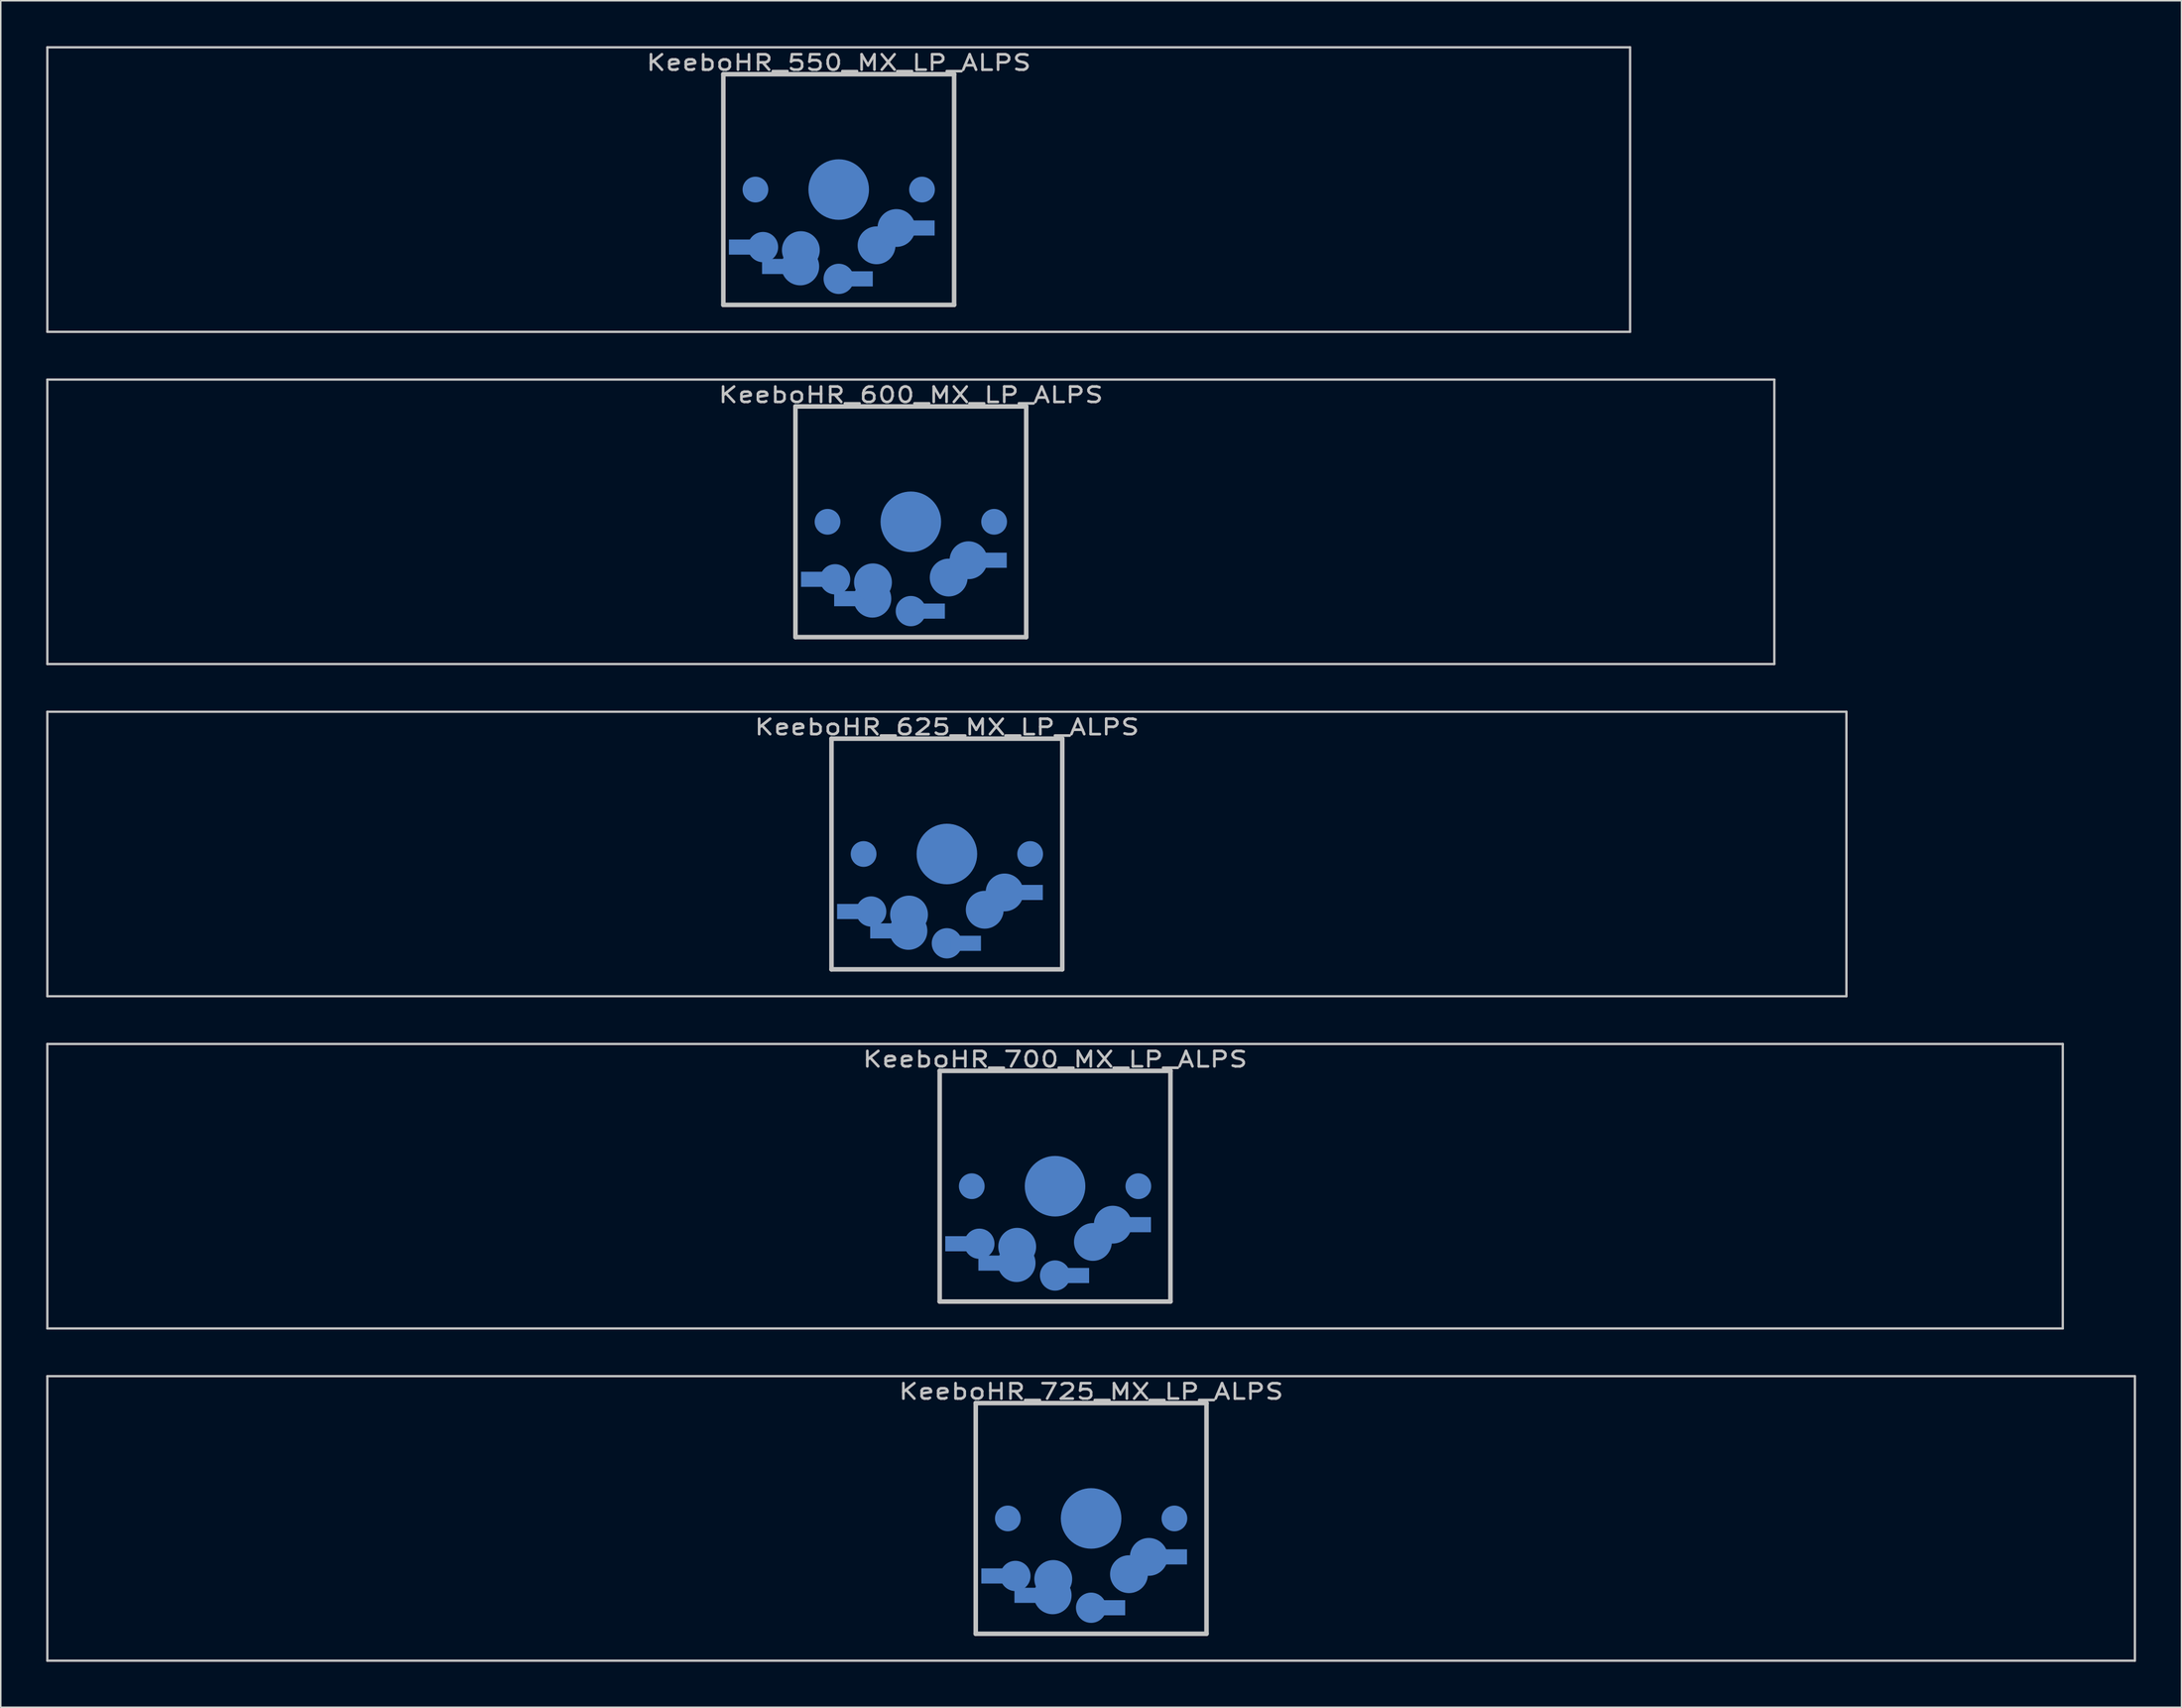
<source format=kicad_pcb>
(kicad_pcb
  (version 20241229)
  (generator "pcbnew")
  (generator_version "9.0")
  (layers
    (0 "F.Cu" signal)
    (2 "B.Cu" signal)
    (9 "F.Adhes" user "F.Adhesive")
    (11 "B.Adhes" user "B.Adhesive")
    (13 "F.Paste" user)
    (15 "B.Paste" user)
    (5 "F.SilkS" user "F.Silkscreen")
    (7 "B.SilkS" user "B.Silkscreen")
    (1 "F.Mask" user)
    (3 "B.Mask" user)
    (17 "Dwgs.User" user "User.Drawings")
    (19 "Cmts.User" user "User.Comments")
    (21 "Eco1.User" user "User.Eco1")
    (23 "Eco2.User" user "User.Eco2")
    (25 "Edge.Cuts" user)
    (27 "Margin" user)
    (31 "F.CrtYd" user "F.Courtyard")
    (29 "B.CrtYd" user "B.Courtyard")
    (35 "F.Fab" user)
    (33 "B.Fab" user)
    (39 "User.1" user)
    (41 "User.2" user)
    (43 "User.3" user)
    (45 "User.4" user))
  (footprint "KeeboHR_725_MX_LP_ALPS"
    (layer "B.Cu")
    (at 69.005 97.268)
    (property "Reference" "KeeboHR_725_MX_LP_ALPS" (at 0 -8.382 0) (layer "Dwgs.User") (effects (font (size 1.016 1.27) (thickness 0.178))))
    (attr through_hole)
    (fp_line (start -68.929 -9.398) (end 68.929 -9.398) (stroke (width 0.152) (type solid)) (layer "Dwgs.User"))
    (fp_line (start -68.929 9.398) (end -68.929 -9.398) (stroke (width 0.152) (type solid)) (layer "Dwgs.User"))
    (fp_line (start -7.62 -7.62) (end 7.62 -7.62) (stroke (width 0.3) (type solid)) (layer "Dwgs.User"))
    (fp_line (start -7.62 7.62) (end -7.62 -7.62) (stroke (width 0.3) (type solid)) (layer "Dwgs.User"))
    (fp_line (start 7.62 -7.62) (end 7.62 7.62) (stroke (width 0.3) (type solid)) (layer "Dwgs.User"))
    (fp_line (start 7.62 7.62) (end -7.62 7.62) (stroke (width 0.3) (type solid)) (layer "Dwgs.User"))
    (fp_line (start 68.929 -9.398) (end 68.929 9.398) (stroke (width 0.152) (type solid)) (layer "Dwgs.User"))
    (fp_line (start 68.929 9.398) (end -68.929 9.398) (stroke (width 0.152) (type solid)) (layer "Dwgs.User"))
    (pad "" smd circle (at -5.5 0) (size 1.7 1.7) (layers "B.Cu" "B.Mask"))
    (pad "" smd circle (at 0 0) (size 4 4) (layers "B.Cu" "B.Mask"))
    (pad "" smd circle (at 5.5 0) (size 1.7 1.7) (layers "B.Cu" "B.Mask"))
    (pad "1" smd circle (at 0 5.9) (size 2 2) (layers "B.Cu" "B.Mask"))
    (pad "1" smd rect (at 1.25 5.9) (size 2 1) (layers "B.Cu" "B.Mask"))
    (pad "1" smd circle (at 2.5 3.683) (size 2.5 2.5) (layers "B.Cu" "B.Mask"))
    (pad "1" smd circle (at 3.81 2.54) (size 2.5 2.5) (layers "B.Cu" "B.Mask"))
    (pad "1" smd rect (at 5.334 2.54) (size 2 1) (layers "B.Cu" "B.Mask"))
    (pad "2" smd rect (at -6.25 3.8) (size 2 1) (layers "B.Cu" "B.Mask"))
    (pad "2" smd circle (at -5 3.8) (size 2 2) (layers "B.Cu" "B.Mask"))
    (pad "2" smd rect (at -4.064 5.08) (size 2 1) (layers "B.Cu" "B.Mask"))
    (pad "2" smd circle (at -2.54 5.08) (size 2.5 2.5) (layers "B.Cu" "B.Mask"))
    (pad "2" smd circle (at -2.5 4) (size 2.5 2.5) (layers "B.Cu" "B.Mask")))
  (footprint "KeeboHR_600_MX_LP_ALPS"
    (layer "B.Cu")
    (at 57.099 31.423)
    (property "Reference" "KeeboHR_600_MX_LP_ALPS" (at 0 -8.382 0) (layer "Dwgs.User") (effects (font (size 1.016 1.27) (thickness 0.178))))
    (attr through_hole)
    (fp_line (start -57.023 -9.398) (end 57.023 -9.398) (stroke (width 0.152) (type solid)) (layer "Dwgs.User"))
    (fp_line (start -57.023 9.398) (end -57.023 -9.398) (stroke (width 0.152) (type solid)) (layer "Dwgs.User"))
    (fp_line (start -7.62 -7.62) (end 7.62 -7.62) (stroke (width 0.3) (type solid)) (layer "Dwgs.User"))
    (fp_line (start -7.62 7.62) (end -7.62 -7.62) (stroke (width 0.3) (type solid)) (layer "Dwgs.User"))
    (fp_line (start 7.62 -7.62) (end 7.62 7.62) (stroke (width 0.3) (type solid)) (layer "Dwgs.User"))
    (fp_line (start 7.62 7.62) (end -7.62 7.62) (stroke (width 0.3) (type solid)) (layer "Dwgs.User"))
    (fp_line (start 57.023 -9.398) (end 57.023 9.398) (stroke (width 0.152) (type solid)) (layer "Dwgs.User"))
    (fp_line (start 57.023 9.398) (end -57.023 9.398) (stroke (width 0.152) (type solid)) (layer "Dwgs.User"))
    (pad "" smd circle (at -5.5 0) (size 1.7 1.7) (layers "B.Cu" "B.Mask"))
    (pad "" smd circle (at 0 0) (size 4 4) (layers "B.Cu" "B.Mask"))
    (pad "" smd circle (at 5.5 0) (size 1.7 1.7) (layers "B.Cu" "B.Mask"))
    (pad "1" smd circle (at 0 5.9) (size 2 2) (layers "B.Cu" "B.Mask"))
    (pad "1" smd rect (at 1.25 5.9) (size 2 1) (layers "B.Cu" "B.Mask"))
    (pad "1" smd circle (at 2.5 3.683) (size 2.5 2.5) (layers "B.Cu" "B.Mask"))
    (pad "1" smd circle (at 3.81 2.54) (size 2.5 2.5) (layers "B.Cu" "B.Mask"))
    (pad "1" smd rect (at 5.334 2.54) (size 2 1) (layers "B.Cu" "B.Mask"))
    (pad "2" smd rect (at -6.25 3.8) (size 2 1) (layers "B.Cu" "B.Mask"))
    (pad "2" smd circle (at -5 3.8) (size 2 2) (layers "B.Cu" "B.Mask"))
    (pad "2" smd rect (at -4.064 5.08) (size 2 1) (layers "B.Cu" "B.Mask"))
    (pad "2" smd circle (at -2.54 5.08) (size 2.5 2.5) (layers "B.Cu" "B.Mask"))
    (pad "2" smd circle (at -2.5 4) (size 2.5 2.5) (layers "B.Cu" "B.Mask")))
  (footprint "KeeboHR_700_MX_LP_ALPS"
    (layer "B.Cu")
    (at 66.624 75.319)
    (property "Reference" "KeeboHR_700_MX_LP_ALPS" (at 0 -8.382 0) (layer "Dwgs.User") (effects (font (size 1.016 1.27) (thickness 0.178))))
    (attr through_hole)
    (fp_line (start -66.548 -9.398) (end 66.548 -9.398) (stroke (width 0.152) (type solid)) (layer "Dwgs.User"))
    (fp_line (start -66.548 9.398) (end -66.548 -9.398) (stroke (width 0.152) (type solid)) (layer "Dwgs.User"))
    (fp_line (start -7.62 -7.62) (end 7.62 -7.62) (stroke (width 0.3) (type solid)) (layer "Dwgs.User"))
    (fp_line (start -7.62 7.62) (end -7.62 -7.62) (stroke (width 0.3) (type solid)) (layer "Dwgs.User"))
    (fp_line (start 7.62 -7.62) (end 7.62 7.62) (stroke (width 0.3) (type solid)) (layer "Dwgs.User"))
    (fp_line (start 7.62 7.62) (end -7.62 7.62) (stroke (width 0.3) (type solid)) (layer "Dwgs.User"))
    (fp_line (start 66.548 -9.398) (end 66.548 9.398) (stroke (width 0.152) (type solid)) (layer "Dwgs.User"))
    (fp_line (start 66.548 9.398) (end -66.548 9.398) (stroke (width 0.152) (type solid)) (layer "Dwgs.User"))
    (pad "" smd circle (at -5.5 0) (size 1.7 1.7) (layers "B.Cu" "B.Mask"))
    (pad "" smd circle (at 0 0) (size 4 4) (layers "B.Cu" "B.Mask"))
    (pad "" smd circle (at 5.5 0) (size 1.7 1.7) (layers "B.Cu" "B.Mask"))
    (pad "1" smd circle (at 0 5.9) (size 2 2) (layers "B.Cu" "B.Mask"))
    (pad "1" smd rect (at 1.25 5.9) (size 2 1) (layers "B.Cu" "B.Mask"))
    (pad "1" smd circle (at 2.5 3.683) (size 2.5 2.5) (layers "B.Cu" "B.Mask"))
    (pad "1" smd circle (at 3.81 2.54) (size 2.5 2.5) (layers "B.Cu" "B.Mask"))
    (pad "1" smd rect (at 5.334 2.54) (size 2 1) (layers "B.Cu" "B.Mask"))
    (pad "2" smd rect (at -6.25 3.8) (size 2 1) (layers "B.Cu" "B.Mask"))
    (pad "2" smd circle (at -5 3.8) (size 2 2) (layers "B.Cu" "B.Mask"))
    (pad "2" smd rect (at -4.064 5.08) (size 2 1) (layers "B.Cu" "B.Mask"))
    (pad "2" smd circle (at -2.54 5.08) (size 2.5 2.5) (layers "B.Cu" "B.Mask"))
    (pad "2" smd circle (at -2.5 4) (size 2.5 2.5) (layers "B.Cu" "B.Mask")))
  (footprint "KeeboHR_625_MX_LP_ALPS"
    (layer "B.Cu")
    (at 59.48 53.371)
    (property "Reference" "KeeboHR_625_MX_LP_ALPS" (at 0 -8.382 0) (layer "Dwgs.User") (effects (font (size 1.016 1.27) (thickness 0.178))))
    (attr through_hole)
    (fp_line (start -59.404 -9.398) (end 59.404 -9.398) (stroke (width 0.152) (type solid)) (layer "Dwgs.User"))
    (fp_line (start -59.404 9.398) (end -59.404 -9.398) (stroke (width 0.152) (type solid)) (layer "Dwgs.User"))
    (fp_line (start -7.62 -7.62) (end 7.62 -7.62) (stroke (width 0.3) (type solid)) (layer "Dwgs.User"))
    (fp_line (start -7.62 7.62) (end -7.62 -7.62) (stroke (width 0.3) (type solid)) (layer "Dwgs.User"))
    (fp_line (start 7.62 -7.62) (end 7.62 7.62) (stroke (width 0.3) (type solid)) (layer "Dwgs.User"))
    (fp_line (start 7.62 7.62) (end -7.62 7.62) (stroke (width 0.3) (type solid)) (layer "Dwgs.User"))
    (fp_line (start 59.404 -9.398) (end 59.404 9.398) (stroke (width 0.152) (type solid)) (layer "Dwgs.User"))
    (fp_line (start 59.404 9.398) (end -59.404 9.398) (stroke (width 0.152) (type solid)) (layer "Dwgs.User"))
    (pad "" smd circle (at -5.5 0) (size 1.7 1.7) (layers "B.Cu" "B.Mask"))
    (pad "" smd circle (at 0 0) (size 4 4) (layers "B.Cu" "B.Mask"))
    (pad "" smd circle (at 5.5 0) (size 1.7 1.7) (layers "B.Cu" "B.Mask"))
    (pad "1" smd circle (at 0 5.9) (size 2 2) (layers "B.Cu" "B.Mask"))
    (pad "1" smd rect (at 1.25 5.9) (size 2 1) (layers "B.Cu" "B.Mask"))
    (pad "1" smd circle (at 2.5 3.683) (size 2.5 2.5) (layers "B.Cu" "B.Mask"))
    (pad "1" smd circle (at 3.81 2.54) (size 2.5 2.5) (layers "B.Cu" "B.Mask"))
    (pad "1" smd rect (at 5.334 2.54) (size 2 1) (layers "B.Cu" "B.Mask"))
    (pad "2" smd rect (at -6.25 3.8) (size 2 1) (layers "B.Cu" "B.Mask"))
    (pad "2" smd circle (at -5 3.8) (size 2 2) (layers "B.Cu" "B.Mask"))
    (pad "2" smd rect (at -4.064 5.08) (size 2 1) (layers "B.Cu" "B.Mask"))
    (pad "2" smd circle (at -2.54 5.08) (size 2.5 2.5) (layers "B.Cu" "B.Mask"))
    (pad "2" smd circle (at -2.5 4) (size 2.5 2.5) (layers "B.Cu" "B.Mask")))
  (footprint "KeeboHR_550_MX_LP_ALPS"
    (layer "B.Cu")
    (at 52.337 9.474)
    (property "Reference" "KeeboHR_550_MX_LP_ALPS" (at 0 -8.382 0) (layer "Dwgs.User") (effects (font (size 1.016 1.27) (thickness 0.178))))
    (attr through_hole)
    (fp_line (start -52.261 -9.398) (end 52.261 -9.398) (stroke (width 0.152) (type solid)) (layer "Dwgs.User"))
    (fp_line (start -52.261 9.398) (end -52.261 -9.398) (stroke (width 0.152) (type solid)) (layer "Dwgs.User"))
    (fp_line (start -7.62 -7.62) (end 7.62 -7.62) (stroke (width 0.3) (type solid)) (layer "Dwgs.User"))
    (fp_line (start -7.62 7.62) (end -7.62 -7.62) (stroke (width 0.3) (type solid)) (layer "Dwgs.User"))
    (fp_line (start 7.62 -7.62) (end 7.62 7.62) (stroke (width 0.3) (type solid)) (layer "Dwgs.User"))
    (fp_line (start 7.62 7.62) (end -7.62 7.62) (stroke (width 0.3) (type solid)) (layer "Dwgs.User"))
    (fp_line (start 52.261 -9.398) (end 52.261 9.398) (stroke (width 0.152) (type solid)) (layer "Dwgs.User"))
    (fp_line (start 52.261 9.398) (end -52.261 9.398) (stroke (width 0.152) (type solid)) (layer "Dwgs.User"))
    (pad "" smd circle (at -5.5 0) (size 1.7 1.7) (layers "B.Cu" "B.Mask"))
    (pad "" smd circle (at 0 0) (size 4 4) (layers "B.Cu" "B.Mask"))
    (pad "" smd circle (at 5.5 0) (size 1.7 1.7) (layers "B.Cu" "B.Mask"))
    (pad "1" smd circle (at 0 5.9) (size 2 2) (layers "B.Cu" "B.Mask"))
    (pad "1" smd rect (at 1.25 5.9) (size 2 1) (layers "B.Cu" "B.Mask"))
    (pad "1" smd circle (at 2.5 3.683) (size 2.5 2.5) (layers "B.Cu" "B.Mask"))
    (pad "1" smd circle (at 3.81 2.54) (size 2.5 2.5) (layers "B.Cu" "B.Mask"))
    (pad "1" smd rect (at 5.334 2.54) (size 2 1) (layers "B.Cu" "B.Mask"))
    (pad "2" smd rect (at -6.25 3.8) (size 2 1) (layers "B.Cu" "B.Mask"))
    (pad "2" smd circle (at -5 3.8) (size 2 2) (layers "B.Cu" "B.Mask"))
    (pad "2" smd rect (at -4.064 5.08) (size 2 1) (layers "B.Cu" "B.Mask"))
    (pad "2" smd circle (at -2.54 5.08) (size 2.5 2.5) (layers "B.Cu" "B.Mask"))
    (pad "2" smd circle (at -2.5 4) (size 2.5 2.5) (layers "B.Cu" "B.Mask")))
  (gr_rect
    (start -3 -3)
    (end 141.011 109.742)
    (stroke (width 0.1) (type default))
    (fill no)
    (layer "Edge.Cuts")))
</source>
